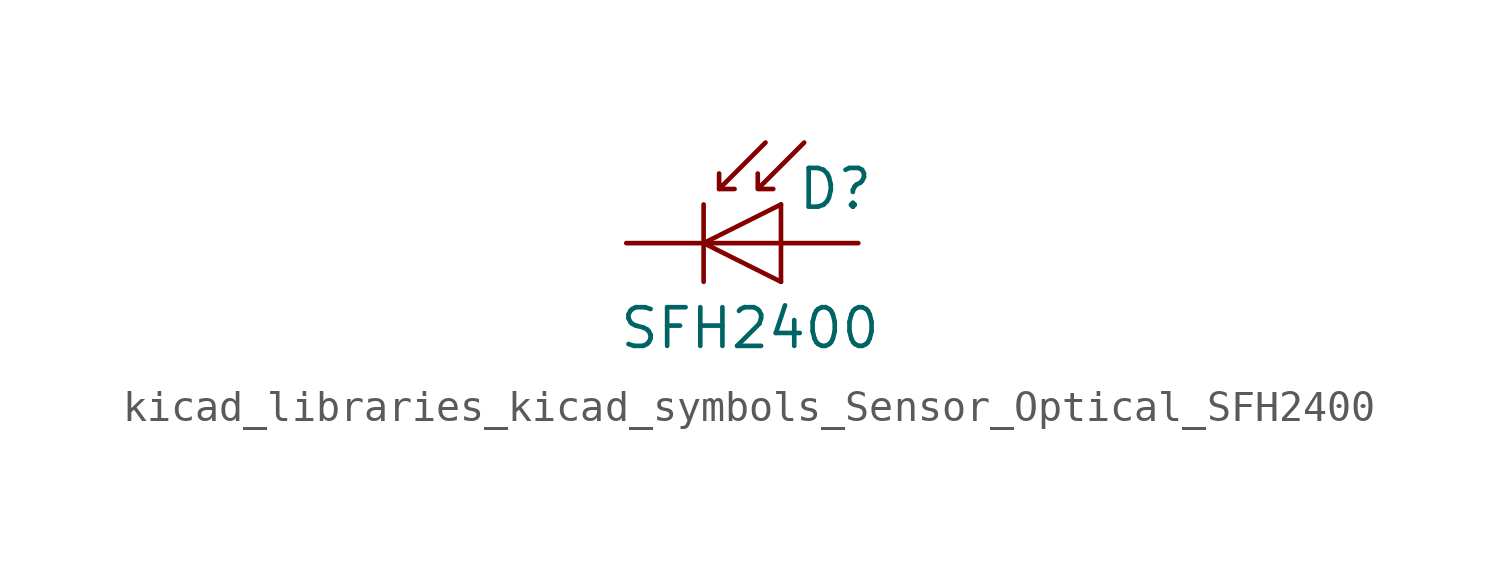
<source format=kicad_sym>
(kicad_symbol_lib
  (version 20220914)
  (generator kicad_symbol_editor)
  (symbol "kicad_libraries_kicad_symbols_Sensor_Optical_SFH2400"
    (pin_numbers hide)
    (pin_names hide)
    (property "Reference" "D"
      (at 0.508 1.778 0)
      (effects (font (size 1.27 1.27)) (justify left)))
    (property "Value" "SFH2400"
      (at -1.016 -2.794 0)
      (effects (font (size 1.27 1.27))))
    (symbol "kicad_libraries_kicad_symbols_Sensor_Optical_SFH2400_0_1"
      (polyline (pts (xy -2.54 1.27) (xy -2.54 -1.27)) (stroke (width 0.152) (type default)) (fill (type none)))
      (polyline (pts (xy -2.032 1.778) (xy -1.524 1.778)) (stroke (width 0) (type default)) (fill (type none)))
      (polyline (pts (xy 0 0) (xy -2.54 0)) (stroke (width 0) (type default)) (fill (type none)))
      (polyline (pts (xy 0 1.27) (xy 0 -1.27)) (stroke (width 0) (type default)) (fill (type none)))
      (polyline (pts (xy -0.508 3.302) (xy -2.032 1.778) (xy -2.032 2.286)) (stroke (width 0) (type default)) (fill (type none)))
      (polyline (pts (xy 0 1.27) (xy -2.54 0) (xy 0 -1.27)) (stroke (width 0) (type default)) (fill (type none)))
      (polyline (pts (xy 0.762 3.302) (xy -0.762 1.778) (xy -0.762 2.286) (xy -0.762 1.778) (xy -0.254 1.778)) (stroke (width 0) (type default)) (fill (type none))))
    (symbol "kicad_libraries_kicad_symbols_Sensor_Optical_SFH2400_1_1"
      (pin passive line (at -5.08 0 0) (length 2.54) (name "K" (effects (font (size 1.27 1.27)))) (number "1" (effects (font (size 1.27 1.27)))))
      (pin passive line (at 2.54 0 180) (length 2.54) (name "A" (effects (font (size 1.27 1.27)))) (number "2" (effects (font (size 1.27 1.27))))))))
</source>
